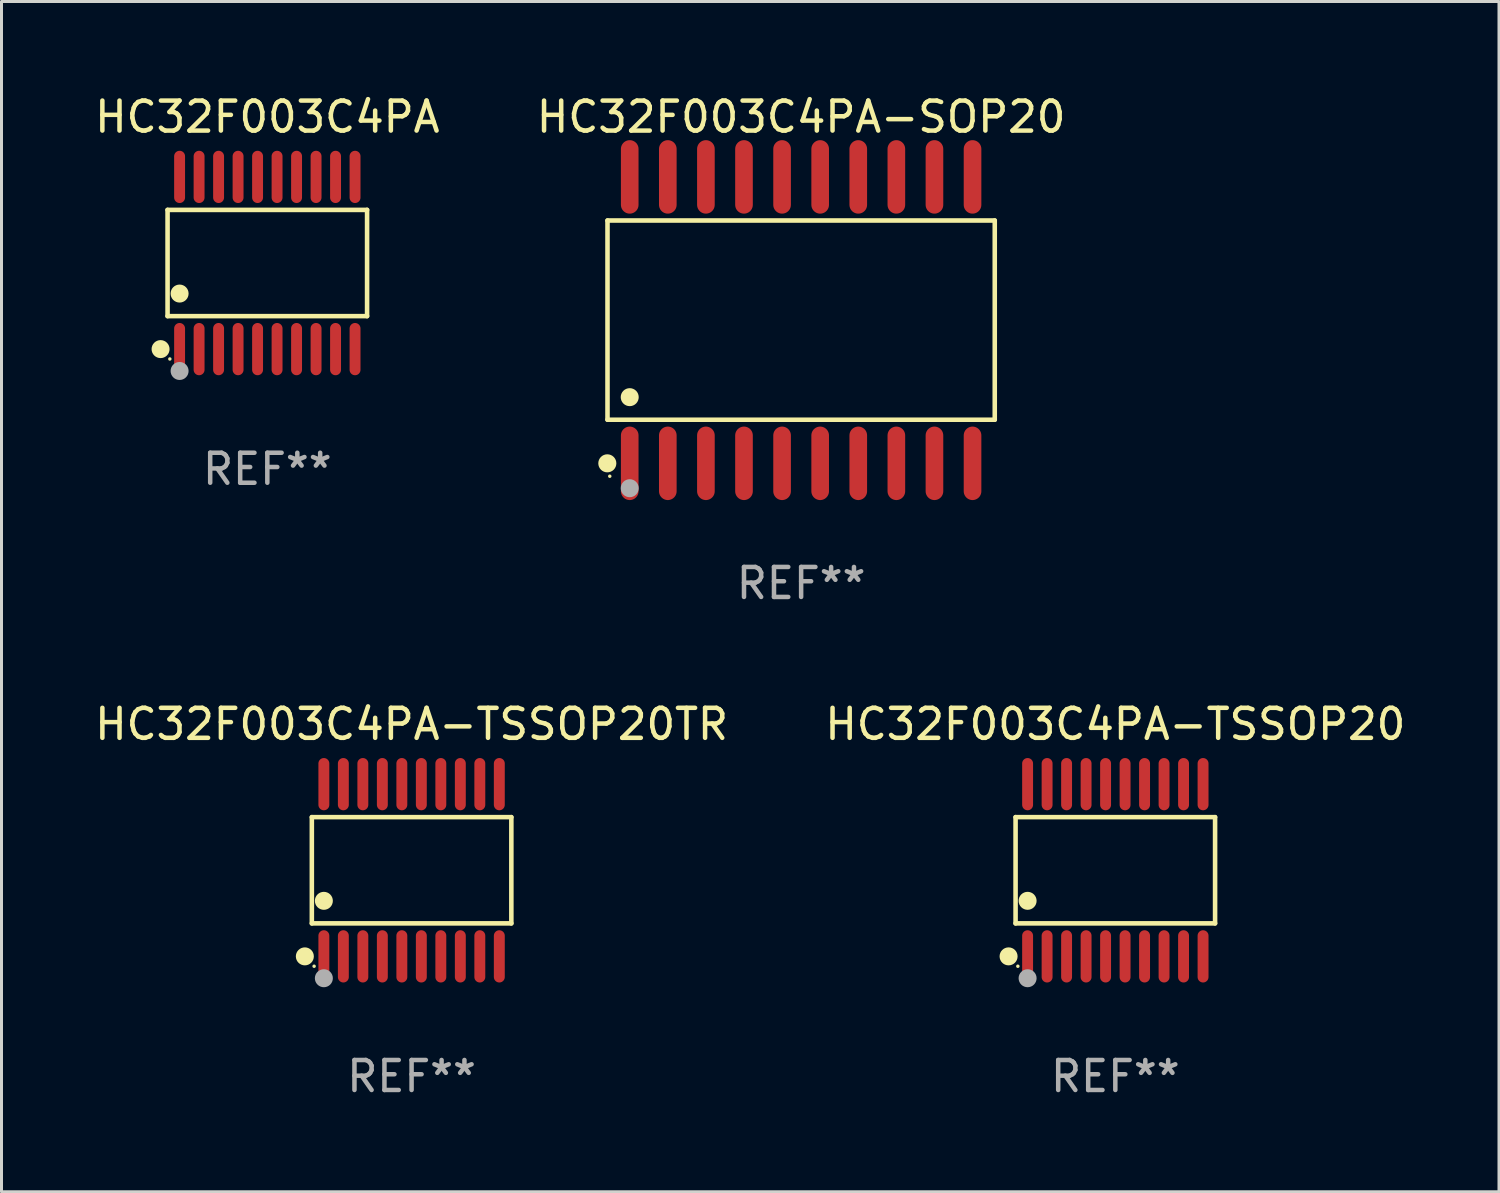
<source format=kicad_pcb>
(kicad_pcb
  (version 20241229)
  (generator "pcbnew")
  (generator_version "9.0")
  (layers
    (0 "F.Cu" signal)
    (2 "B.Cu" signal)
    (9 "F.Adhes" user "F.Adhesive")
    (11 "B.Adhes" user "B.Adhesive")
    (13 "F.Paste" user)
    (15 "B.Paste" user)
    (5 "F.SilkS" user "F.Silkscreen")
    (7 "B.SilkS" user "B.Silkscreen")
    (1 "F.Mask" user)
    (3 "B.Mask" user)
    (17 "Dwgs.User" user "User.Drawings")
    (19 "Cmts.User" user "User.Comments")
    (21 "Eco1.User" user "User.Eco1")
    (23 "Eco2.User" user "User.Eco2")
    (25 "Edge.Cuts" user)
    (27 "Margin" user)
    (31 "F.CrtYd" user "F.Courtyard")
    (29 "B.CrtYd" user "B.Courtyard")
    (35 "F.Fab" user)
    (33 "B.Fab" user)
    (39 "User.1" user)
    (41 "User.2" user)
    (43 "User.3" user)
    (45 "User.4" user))
  (footprint "HC32F003C4PA"
    (layer "F.Cu")
    (at 5.863 5.719)
    (property "Reference" "HC32F003C4PA" (at 0 -4.871 0) (layer "F.SilkS") (effects (font (size 1 1) (thickness 0.15))))
    (attr through_hole)
    (fp_line (start -3.326 -1.771) (end 3.326 -1.771) (stroke (width 0.152) (type solid)) (layer "F.SilkS"))
    (fp_line (start -3.326 1.771) (end -3.326 -1.771) (stroke (width 0.152) (type solid)) (layer "F.SilkS"))
    (fp_line (start 3.326 -1.771) (end 3.326 1.771) (stroke (width 0.152) (type solid)) (layer "F.SilkS"))
    (fp_line (start 3.326 1.771) (end -3.326 1.771) (stroke (width 0.152) (type solid)) (layer "F.SilkS"))
    (fp_circle (center -3.559 2.871) (end -3.409 2.871) (stroke (width 0.3) (type solid)) (fill no) (layer "F.SilkS"))
    (fp_circle (center -3.25 3.2) (end -3.22 3.2) (stroke (width 0.06) (type solid)) (fill no) (layer "F.SilkS"))
    (fp_circle (center -2.925 1.019) (end -2.775 1.019) (stroke (width 0.3) (type solid)) (fill no) (layer "F.SilkS"))
    (fp_circle (center -2.925 3.6) (end -2.775 3.6) (stroke (width 0.3) (type solid)) (fill no) (layer "F.Fab"))
    (fp_text user "REF**" (at 0 6.871 0) (layer "F.Fab") (effects (font (size 1 1) (thickness 0.15))))
    (pad "1" smd oval (at -2.925 2.871) (size 0.364 1.742) (layers "F.Cu" "F.Mask" "F.Paste"))
    (pad "2" smd oval (at -2.275 2.871) (size 0.364 1.742) (layers "F.Cu" "F.Mask" "F.Paste"))
    (pad "3" smd oval (at -1.625 2.871) (size 0.364 1.742) (layers "F.Cu" "F.Mask" "F.Paste"))
    (pad "4" smd oval (at -0.975 2.871) (size 0.364 1.742) (layers "F.Cu" "F.Mask" "F.Paste"))
    (pad "5" smd oval (at -0.325 2.871) (size 0.364 1.742) (layers "F.Cu" "F.Mask" "F.Paste"))
    (pad "6" smd oval (at 0.325 2.871) (size 0.364 1.742) (layers "F.Cu" "F.Mask" "F.Paste"))
    (pad "7" smd oval (at 0.975 2.871) (size 0.364 1.742) (layers "F.Cu" "F.Mask" "F.Paste"))
    (pad "8" smd oval (at 1.625 2.871) (size 0.364 1.742) (layers "F.Cu" "F.Mask" "F.Paste"))
    (pad "9" smd oval (at 2.275 2.871) (size 0.364 1.742) (layers "F.Cu" "F.Mask" "F.Paste"))
    (pad "10" smd oval (at 2.925 2.871) (size 0.364 1.742) (layers "F.Cu" "F.Mask" "F.Paste"))
    (pad "11" smd oval (at 2.925 -2.871) (size 0.364 1.742) (layers "F.Cu" "F.Mask" "F.Paste"))
    (pad "12" smd oval (at 2.275 -2.871) (size 0.364 1.742) (layers "F.Cu" "F.Mask" "F.Paste"))
    (pad "13" smd oval (at 1.625 -2.871) (size 0.364 1.742) (layers "F.Cu" "F.Mask" "F.Paste"))
    (pad "14" smd oval (at 0.975 -2.871) (size 0.364 1.742) (layers "F.Cu" "F.Mask" "F.Paste"))
    (pad "15" smd oval (at 0.325 -2.871) (size 0.364 1.742) (layers "F.Cu" "F.Mask" "F.Paste"))
    (pad "16" smd oval (at -0.325 -2.871) (size 0.364 1.742) (layers "F.Cu" "F.Mask" "F.Paste"))
    (pad "17" smd oval (at -0.975 -2.871) (size 0.364 1.742) (layers "F.Cu" "F.Mask" "F.Paste"))
    (pad "18" smd oval (at -1.625 -2.871) (size 0.364 1.742) (layers "F.Cu" "F.Mask" "F.Paste"))
    (pad "19" smd oval (at -2.275 -2.871) (size 0.364 1.742) (layers "F.Cu" "F.Mask" "F.Paste"))
    (pad "20" smd oval (at -2.925 -2.871) (size 0.364 1.742) (layers "F.Cu" "F.Mask" "F.Paste")))
  (footprint "HC32F003C4PA-TSSOP20"
    (layer "F.Cu")
    (at 34.137 25.966)
    (property "Reference" "HC32F003C4PA-TSSOP20" (at 0 -4.871 0) (layer "F.SilkS") (effects (font (size 1 1) (thickness 0.15))))
    (attr through_hole)
    (fp_line (start -3.326 -1.771) (end 3.326 -1.771) (stroke (width 0.152) (type solid)) (layer "F.SilkS"))
    (fp_line (start -3.326 1.771) (end -3.326 -1.771) (stroke (width 0.152) (type solid)) (layer "F.SilkS"))
    (fp_line (start 3.326 -1.771) (end 3.326 1.771) (stroke (width 0.152) (type solid)) (layer "F.SilkS"))
    (fp_line (start 3.326 1.771) (end -3.326 1.771) (stroke (width 0.152) (type solid)) (layer "F.SilkS"))
    (fp_circle (center -3.559 2.871) (end -3.409 2.871) (stroke (width 0.3) (type solid)) (fill no) (layer "F.SilkS"))
    (fp_circle (center -3.25 3.2) (end -3.22 3.2) (stroke (width 0.06) (type solid)) (fill no) (layer "F.SilkS"))
    (fp_circle (center -2.925 1.019) (end -2.775 1.019) (stroke (width 0.3) (type solid)) (fill no) (layer "F.SilkS"))
    (fp_circle (center -2.925 3.6) (end -2.775 3.6) (stroke (width 0.3) (type solid)) (fill no) (layer "F.Fab"))
    (fp_text user "REF**" (at 0 6.871 0) (layer "F.Fab") (effects (font (size 1 1) (thickness 0.15))))
    (pad "1" smd oval (at -2.925 2.871) (size 0.364 1.742) (layers "F.Cu" "F.Mask" "F.Paste"))
    (pad "2" smd oval (at -2.275 2.871) (size 0.364 1.742) (layers "F.Cu" "F.Mask" "F.Paste"))
    (pad "3" smd oval (at -1.625 2.871) (size 0.364 1.742) (layers "F.Cu" "F.Mask" "F.Paste"))
    (pad "4" smd oval (at -0.975 2.871) (size 0.364 1.742) (layers "F.Cu" "F.Mask" "F.Paste"))
    (pad "5" smd oval (at -0.325 2.871) (size 0.364 1.742) (layers "F.Cu" "F.Mask" "F.Paste"))
    (pad "6" smd oval (at 0.325 2.871) (size 0.364 1.742) (layers "F.Cu" "F.Mask" "F.Paste"))
    (pad "7" smd oval (at 0.975 2.871) (size 0.364 1.742) (layers "F.Cu" "F.Mask" "F.Paste"))
    (pad "8" smd oval (at 1.625 2.871) (size 0.364 1.742) (layers "F.Cu" "F.Mask" "F.Paste"))
    (pad "9" smd oval (at 2.275 2.871) (size 0.364 1.742) (layers "F.Cu" "F.Mask" "F.Paste"))
    (pad "10" smd oval (at 2.925 2.871) (size 0.364 1.742) (layers "F.Cu" "F.Mask" "F.Paste"))
    (pad "11" smd oval (at 2.925 -2.871) (size 0.364 1.742) (layers "F.Cu" "F.Mask" "F.Paste"))
    (pad "12" smd oval (at 2.275 -2.871) (size 0.364 1.742) (layers "F.Cu" "F.Mask" "F.Paste"))
    (pad "13" smd oval (at 1.625 -2.871) (size 0.364 1.742) (layers "F.Cu" "F.Mask" "F.Paste"))
    (pad "14" smd oval (at 0.975 -2.871) (size 0.364 1.742) (layers "F.Cu" "F.Mask" "F.Paste"))
    (pad "15" smd oval (at 0.325 -2.871) (size 0.364 1.742) (layers "F.Cu" "F.Mask" "F.Paste"))
    (pad "16" smd oval (at -0.325 -2.871) (size 0.364 1.742) (layers "F.Cu" "F.Mask" "F.Paste"))
    (pad "17" smd oval (at -0.975 -2.871) (size 0.364 1.742) (layers "F.Cu" "F.Mask" "F.Paste"))
    (pad "18" smd oval (at -1.625 -2.871) (size 0.364 1.742) (layers "F.Cu" "F.Mask" "F.Paste"))
    (pad "19" smd oval (at -2.275 -2.871) (size 0.364 1.742) (layers "F.Cu" "F.Mask" "F.Paste"))
    (pad "20" smd oval (at -2.925 -2.871) (size 0.364 1.742) (layers "F.Cu" "F.Mask" "F.Paste")))
  (footprint "HC32F003C4PA-TSSOP20TR"
    (layer "F.Cu")
    (at 10.673 25.966)
    (property "Reference" "HC32F003C4PA-TSSOP20TR" (at 0 -4.871 0) (layer "F.SilkS") (effects (font (size 1 1) (thickness 0.15))))
    (attr through_hole)
    (fp_line (start -3.326 -1.771) (end 3.326 -1.771) (stroke (width 0.152) (type solid)) (layer "F.SilkS"))
    (fp_line (start -3.326 1.771) (end -3.326 -1.771) (stroke (width 0.152) (type solid)) (layer "F.SilkS"))
    (fp_line (start 3.326 -1.771) (end 3.326 1.771) (stroke (width 0.152) (type solid)) (layer "F.SilkS"))
    (fp_line (start 3.326 1.771) (end -3.326 1.771) (stroke (width 0.152) (type solid)) (layer "F.SilkS"))
    (fp_circle (center -3.559 2.871) (end -3.409 2.871) (stroke (width 0.3) (type solid)) (fill no) (layer "F.SilkS"))
    (fp_circle (center -3.25 3.2) (end -3.22 3.2) (stroke (width 0.06) (type solid)) (fill no) (layer "F.SilkS"))
    (fp_circle (center -2.925 1.019) (end -2.775 1.019) (stroke (width 0.3) (type solid)) (fill no) (layer "F.SilkS"))
    (fp_circle (center -2.925 3.6) (end -2.775 3.6) (stroke (width 0.3) (type solid)) (fill no) (layer "F.Fab"))
    (fp_text user "REF**" (at 0 6.871 0) (layer "F.Fab") (effects (font (size 1 1) (thickness 0.15))))
    (pad "1" smd oval (at -2.925 2.871) (size 0.364 1.742) (layers "F.Cu" "F.Mask" "F.Paste"))
    (pad "2" smd oval (at -2.275 2.871) (size 0.364 1.742) (layers "F.Cu" "F.Mask" "F.Paste"))
    (pad "3" smd oval (at -1.625 2.871) (size 0.364 1.742) (layers "F.Cu" "F.Mask" "F.Paste"))
    (pad "4" smd oval (at -0.975 2.871) (size 0.364 1.742) (layers "F.Cu" "F.Mask" "F.Paste"))
    (pad "5" smd oval (at -0.325 2.871) (size 0.364 1.742) (layers "F.Cu" "F.Mask" "F.Paste"))
    (pad "6" smd oval (at 0.325 2.871) (size 0.364 1.742) (layers "F.Cu" "F.Mask" "F.Paste"))
    (pad "7" smd oval (at 0.975 2.871) (size 0.364 1.742) (layers "F.Cu" "F.Mask" "F.Paste"))
    (pad "8" smd oval (at 1.625 2.871) (size 0.364 1.742) (layers "F.Cu" "F.Mask" "F.Paste"))
    (pad "9" smd oval (at 2.275 2.871) (size 0.364 1.742) (layers "F.Cu" "F.Mask" "F.Paste"))
    (pad "10" smd oval (at 2.925 2.871) (size 0.364 1.742) (layers "F.Cu" "F.Mask" "F.Paste"))
    (pad "11" smd oval (at 2.925 -2.871) (size 0.364 1.742) (layers "F.Cu" "F.Mask" "F.Paste"))
    (pad "12" smd oval (at 2.275 -2.871) (size 0.364 1.742) (layers "F.Cu" "F.Mask" "F.Paste"))
    (pad "13" smd oval (at 1.625 -2.871) (size 0.364 1.742) (layers "F.Cu" "F.Mask" "F.Paste"))
    (pad "14" smd oval (at 0.975 -2.871) (size 0.364 1.742) (layers "F.Cu" "F.Mask" "F.Paste"))
    (pad "15" smd oval (at 0.325 -2.871) (size 0.364 1.742) (layers "F.Cu" "F.Mask" "F.Paste"))
    (pad "16" smd oval (at -0.325 -2.871) (size 0.364 1.742) (layers "F.Cu" "F.Mask" "F.Paste"))
    (pad "17" smd oval (at -0.975 -2.871) (size 0.364 1.742) (layers "F.Cu" "F.Mask" "F.Paste"))
    (pad "18" smd oval (at -1.625 -2.871) (size 0.364 1.742) (layers "F.Cu" "F.Mask" "F.Paste"))
    (pad "19" smd oval (at -2.275 -2.871) (size 0.364 1.742) (layers "F.Cu" "F.Mask" "F.Paste"))
    (pad "20" smd oval (at -2.925 -2.871) (size 0.364 1.742) (layers "F.Cu" "F.Mask" "F.Paste")))
  (footprint "HC32F003C4PA-SOP20"
    (layer "F.Cu")
    (at 23.661 7.623)
    (property "Reference" "HC32F003C4PA-SOP20" (at 0 -6.775 0) (layer "F.SilkS") (effects (font (size 1 1) (thickness 0.15))))
    (attr through_hole)
    (fp_line (start -6.456 -3.321) (end 6.456 -3.321) (stroke (width 0.152) (type solid)) (layer "F.SilkS"))
    (fp_line (start -6.456 3.321) (end -6.456 -3.321) (stroke (width 0.152) (type solid)) (layer "F.SilkS"))
    (fp_line (start 6.456 -3.321) (end 6.456 3.321) (stroke (width 0.152) (type solid)) (layer "F.SilkS"))
    (fp_line (start 6.456 3.321) (end -6.456 3.321) (stroke (width 0.152) (type solid)) (layer "F.SilkS"))
    (fp_circle (center -6.462 4.775) (end -6.311 4.775) (stroke (width 0.3) (type solid)) (fill no) (layer "F.SilkS"))
    (fp_circle (center -6.38 5.205) (end -6.35 5.205) (stroke (width 0.06) (type solid)) (fill no) (layer "F.SilkS"))
    (fp_circle (center -5.715 2.569) (end -5.565 2.569) (stroke (width 0.3) (type solid)) (fill no) (layer "F.SilkS"))
    (fp_circle (center -5.715 5.605) (end -5.565 5.605) (stroke (width 0.3) (type solid)) (fill no) (layer "F.Fab"))
    (fp_text user "REF**" (at 0 8.775 0) (layer "F.Fab") (effects (font (size 1 1) (thickness 0.15))))
    (pad "1" smd oval (at -5.715 4.775) (size 0.588 2.45) (layers "F.Cu" "F.Mask" "F.Paste"))
    (pad "2" smd oval (at -4.445 4.775) (size 0.588 2.45) (layers "F.Cu" "F.Mask" "F.Paste"))
    (pad "3" smd oval (at -3.175 4.775) (size 0.588 2.45) (layers "F.Cu" "F.Mask" "F.Paste"))
    (pad "4" smd oval (at -1.905 4.775) (size 0.588 2.45) (layers "F.Cu" "F.Mask" "F.Paste"))
    (pad "5" smd oval (at -0.635 4.775) (size 0.588 2.45) (layers "F.Cu" "F.Mask" "F.Paste"))
    (pad "6" smd oval (at 0.635 4.775) (size 0.588 2.45) (layers "F.Cu" "F.Mask" "F.Paste"))
    (pad "7" smd oval (at 1.905 4.775) (size 0.588 2.45) (layers "F.Cu" "F.Mask" "F.Paste"))
    (pad "8" smd oval (at 3.175 4.775) (size 0.588 2.45) (layers "F.Cu" "F.Mask" "F.Paste"))
    (pad "9" smd oval (at 4.445 4.775) (size 0.588 2.45) (layers "F.Cu" "F.Mask" "F.Paste"))
    (pad "10" smd oval (at 5.715 4.775) (size 0.588 2.45) (layers "F.Cu" "F.Mask" "F.Paste"))
    (pad "11" smd oval (at 5.715 -4.775) (size 0.588 2.45) (layers "F.Cu" "F.Mask" "F.Paste"))
    (pad "12" smd oval (at 4.445 -4.775) (size 0.588 2.45) (layers "F.Cu" "F.Mask" "F.Paste"))
    (pad "13" smd oval (at 3.175 -4.775) (size 0.588 2.45) (layers "F.Cu" "F.Mask" "F.Paste"))
    (pad "14" smd oval (at 1.905 -4.775) (size 0.588 2.45) (layers "F.Cu" "F.Mask" "F.Paste"))
    (pad "15" smd oval (at 0.635 -4.775) (size 0.588 2.45) (layers "F.Cu" "F.Mask" "F.Paste"))
    (pad "16" smd oval (at -0.635 -4.775) (size 0.588 2.45) (layers "F.Cu" "F.Mask" "F.Paste"))
    (pad "17" smd oval (at -1.905 -4.775) (size 0.588 2.45) (layers "F.Cu" "F.Mask" "F.Paste"))
    (pad "18" smd oval (at -3.175 -4.775) (size 0.588 2.45) (layers "F.Cu" "F.Mask" "F.Paste"))
    (pad "19" smd oval (at -4.445 -4.775) (size 0.588 2.45) (layers "F.Cu" "F.Mask" "F.Paste"))
    (pad "20" smd oval (at -5.715 -4.775) (size 0.588 2.45) (layers "F.Cu" "F.Mask" "F.Paste")))
  (gr_rect
    (start -3 -3)
    (end 46.929 36.685)
    (stroke (width 0.1) (type default))
    (fill no)
    (layer "Edge.Cuts")))
</source>
